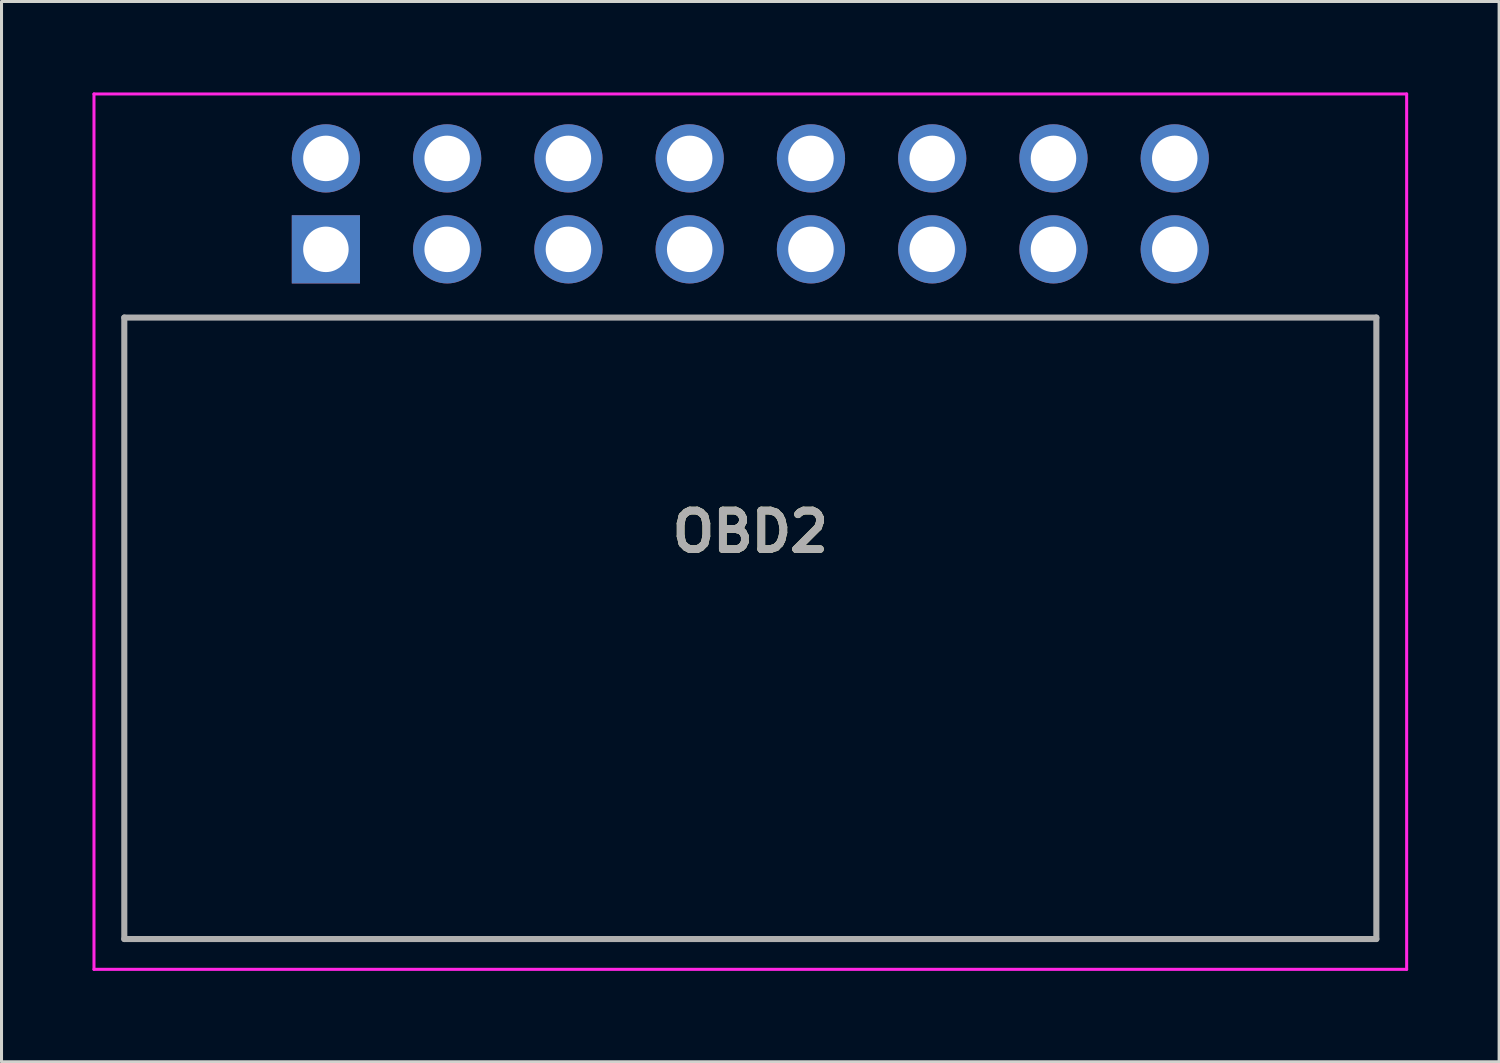
<source format=kicad_pcb>
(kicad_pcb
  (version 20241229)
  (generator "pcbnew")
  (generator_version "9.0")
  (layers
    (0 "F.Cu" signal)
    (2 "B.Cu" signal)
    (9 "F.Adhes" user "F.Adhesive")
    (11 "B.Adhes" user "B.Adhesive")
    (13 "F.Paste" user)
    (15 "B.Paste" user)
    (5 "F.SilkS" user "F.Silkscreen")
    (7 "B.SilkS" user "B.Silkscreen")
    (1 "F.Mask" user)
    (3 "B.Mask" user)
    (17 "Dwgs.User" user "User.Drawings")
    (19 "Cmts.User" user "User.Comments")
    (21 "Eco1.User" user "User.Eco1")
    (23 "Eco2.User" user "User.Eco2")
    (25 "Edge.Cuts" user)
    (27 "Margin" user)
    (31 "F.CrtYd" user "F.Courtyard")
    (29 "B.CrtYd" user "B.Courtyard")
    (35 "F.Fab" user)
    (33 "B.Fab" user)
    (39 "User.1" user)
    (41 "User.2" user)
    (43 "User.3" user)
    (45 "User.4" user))
  (footprint "OBD2"
    (layer "F.Cu")
    (at 7.7 5.175)
    (property "Reference" "OBD2" (at 14 9.313 0) (layer "F.SilkS") (effects (font (size 1.27 1.27) (thickness 0.254))))
    (attr through_hole)
    (fp_line (start -6.65 2.25) (end 34.65 2.25) (stroke (width 0.1) (type solid)) (layer "F.SilkS"))
    (fp_line (start -6.65 22.75) (end -6.65 2.25) (stroke (width 0.1) (type solid)) (layer "F.SilkS"))
    (fp_line (start 34.65 2.25) (end 34.65 22.75) (stroke (width 0.1) (type solid)) (layer "F.SilkS"))
    (fp_line (start 34.65 22.75) (end -6.65 22.75) (stroke (width 0.1) (type solid)) (layer "F.SilkS"))
    (fp_line (start -7.65 -5.125) (end 35.65 -5.125) (stroke (width 0.1) (type solid)) (layer "F.CrtYd"))
    (fp_line (start -7.65 23.75) (end -7.65 -5.125) (stroke (width 0.1) (type solid)) (layer "F.CrtYd"))
    (fp_line (start 35.65 -5.125) (end 35.65 23.75) (stroke (width 0.1) (type solid)) (layer "F.CrtYd"))
    (fp_line (start 35.65 23.75) (end -7.65 23.75) (stroke (width 0.1) (type solid)) (layer "F.CrtYd"))
    (fp_line (start -6.65 2.25) (end -6.65 22.75) (stroke (width 0.2) (type solid)) (layer "F.Fab"))
    (fp_line (start -6.65 22.75) (end 34.65 22.75) (stroke (width 0.2) (type solid)) (layer "F.Fab"))
    (fp_line (start 34.65 2.25) (end -6.65 2.25) (stroke (width 0.2) (type solid)) (layer "F.Fab"))
    (fp_line (start 34.65 22.75) (end 34.65 2.25) (stroke (width 0.2) (type solid)) (layer "F.Fab"))
    (fp_text user "${REFERENCE}" (at 14 9.313 0) (layer "F.Fab") (effects (font (size 1.27 1.27) (thickness 0.254))))
    (pad "1" thru_hole rect (at 0 0) (size 2.25 2.25) (drill 1.5) (layers "*.Cu" "*.Mask"))
    (pad "2" thru_hole circle (at 4 0) (size 2.25 2.25) (drill 1.5) (layers "*.Cu" "*.Mask"))
    (pad "3" thru_hole circle (at 8 0) (size 2.25 2.25) (drill 1.5) (layers "*.Cu" "*.Mask"))
    (pad "4" thru_hole circle (at 12 0) (size 2.25 2.25) (drill 1.5) (layers "*.Cu" "*.Mask"))
    (pad "5" thru_hole circle (at 16 0) (size 2.25 2.25) (drill 1.5) (layers "*.Cu" "*.Mask"))
    (pad "6" thru_hole circle (at 20 0) (size 2.25 2.25) (drill 1.5) (layers "*.Cu" "*.Mask"))
    (pad "7" thru_hole circle (at 24 0) (size 2.25 2.25) (drill 1.5) (layers "*.Cu" "*.Mask"))
    (pad "8" thru_hole circle (at 28 0) (size 2.25 2.25) (drill 1.5) (layers "*.Cu" "*.Mask"))
    (pad "9" thru_hole circle (at 0 -3) (size 2.25 2.25) (drill 1.5) (layers "*.Cu" "*.Mask"))
    (pad "10" thru_hole circle (at 4 -3) (size 2.25 2.25) (drill 1.5) (layers "*.Cu" "*.Mask"))
    (pad "11" thru_hole circle (at 8 -3) (size 2.25 2.25) (drill 1.5) (layers "*.Cu" "*.Mask"))
    (pad "12" thru_hole circle (at 12 -3) (size 2.25 2.25) (drill 1.5) (layers "*.Cu" "*.Mask"))
    (pad "13" thru_hole circle (at 16 -3) (size 2.25 2.25) (drill 1.5) (layers "*.Cu" "*.Mask"))
    (pad "14" thru_hole circle (at 20 -3) (size 2.25 2.25) (drill 1.5) (layers "*.Cu" "*.Mask"))
    (pad "15" thru_hole circle (at 24 -3) (size 2.25 2.25) (drill 1.5) (layers "*.Cu" "*.Mask"))
    (pad "16" thru_hole circle (at 28 -3) (size 2.25 2.25) (drill 1.5) (layers "*.Cu" "*.Mask")))
  (gr_rect
    (start -3 -3)
    (end 46.4 31.975)
    (stroke (width 0.1) (type default))
    (fill no)
    (layer "Edge.Cuts")))
</source>
